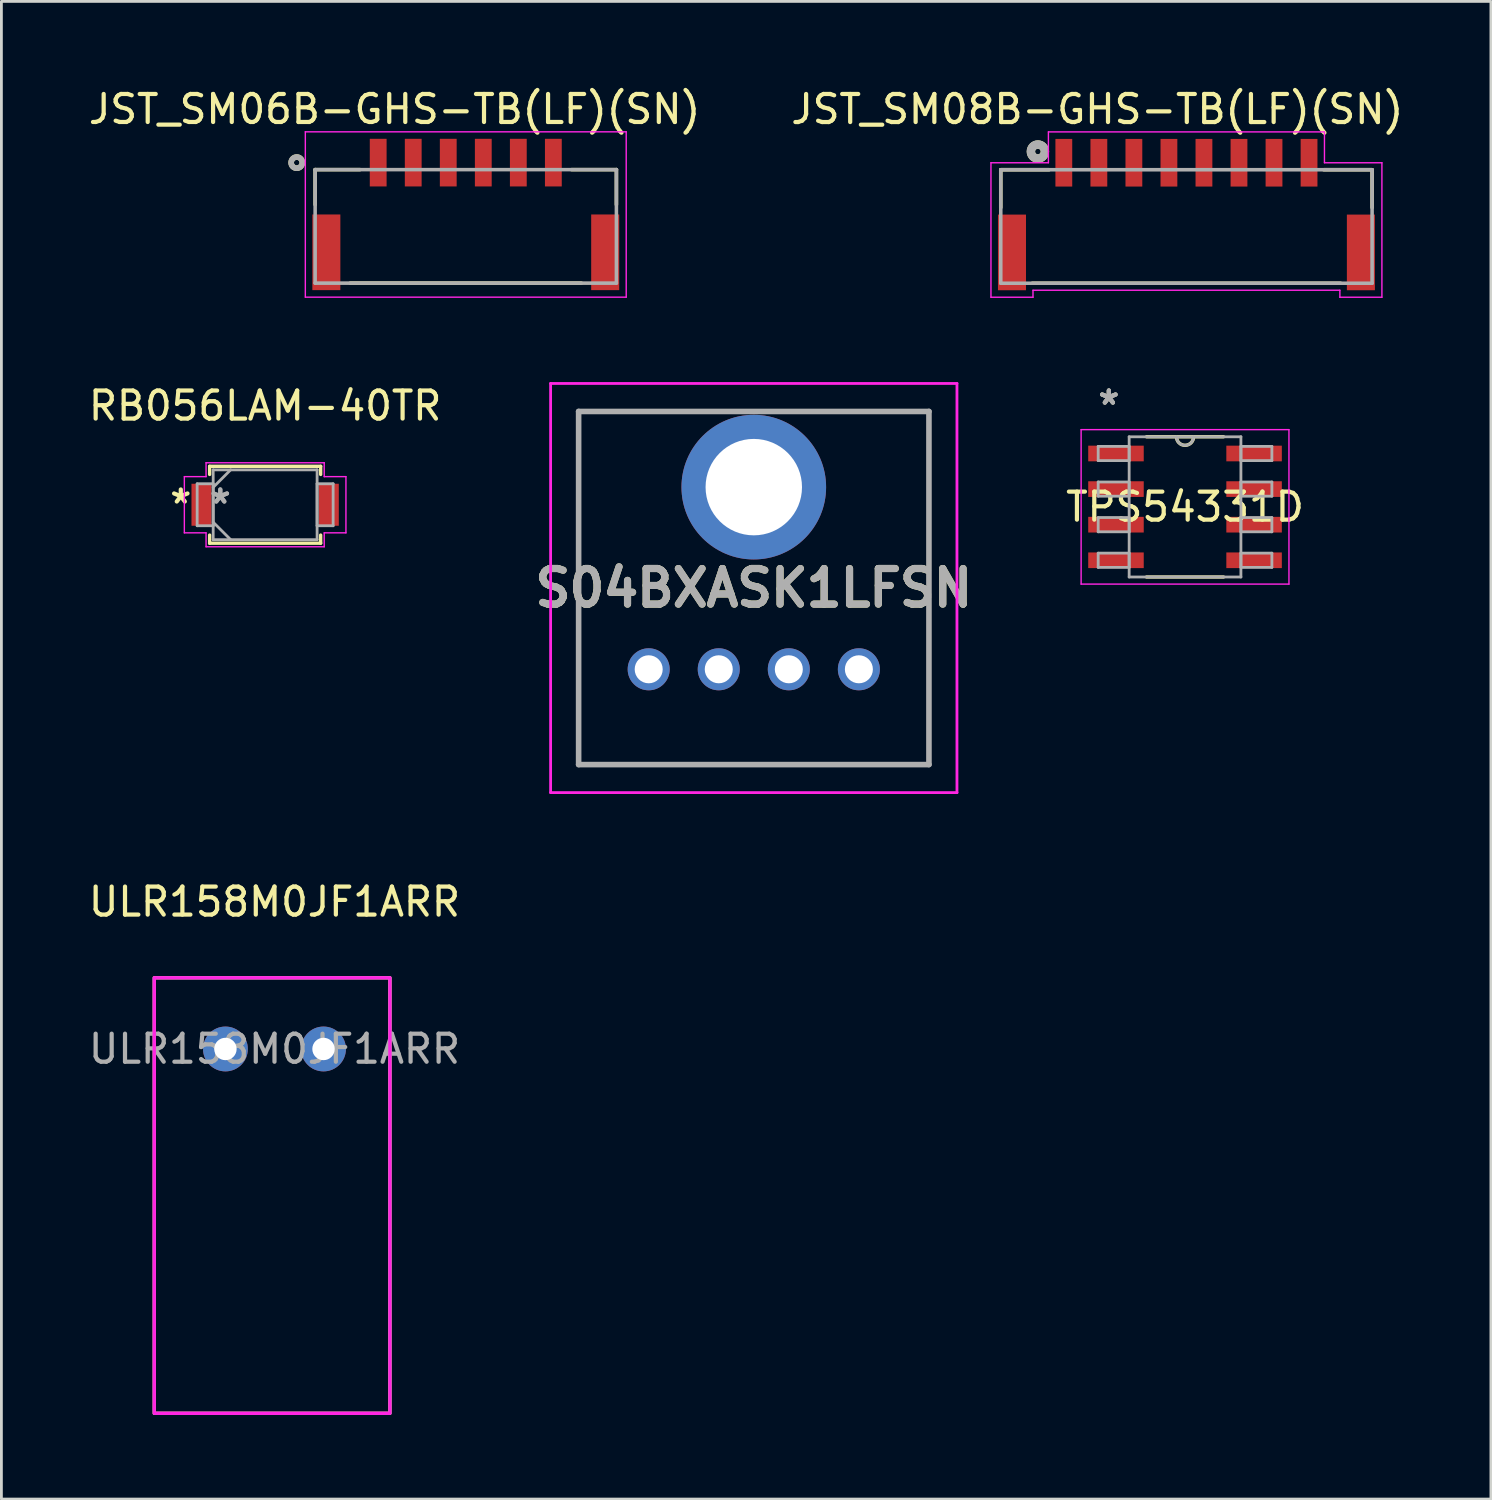
<source format=kicad_pcb>
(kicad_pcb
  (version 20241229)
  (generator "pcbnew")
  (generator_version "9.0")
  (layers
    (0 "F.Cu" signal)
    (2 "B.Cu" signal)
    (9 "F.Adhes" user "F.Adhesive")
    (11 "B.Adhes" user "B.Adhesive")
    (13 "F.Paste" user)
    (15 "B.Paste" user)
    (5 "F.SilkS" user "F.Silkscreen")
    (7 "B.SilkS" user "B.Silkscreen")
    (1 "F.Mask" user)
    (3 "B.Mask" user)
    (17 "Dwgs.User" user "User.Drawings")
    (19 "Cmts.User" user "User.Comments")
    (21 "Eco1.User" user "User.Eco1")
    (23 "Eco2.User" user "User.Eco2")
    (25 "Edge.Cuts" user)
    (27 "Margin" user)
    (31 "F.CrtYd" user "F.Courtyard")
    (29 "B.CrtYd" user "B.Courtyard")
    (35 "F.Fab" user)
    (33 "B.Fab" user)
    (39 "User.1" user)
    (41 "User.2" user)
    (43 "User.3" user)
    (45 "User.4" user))
  (footprint "JST_SM06B-GHS-TB(LF)(SN)"
    (layer "F.Cu")
    (at 13.57 4.628)
    (property "Reference" "JST_SM06B-GHS-TB(LF)(SN)" (at -2.54 -3.78 0) (layer "F.SilkS") (effects (font (size 1 1) (thickness 0.15))))
    (attr through_hole)
    (fp_line (start -5.375 -1.625) (end -5.375 -0.375) (stroke (width 0.127) (type solid)) (layer "F.SilkS"))
    (fp_line (start -5.375 -1.625) (end -3.775 -1.625) (stroke (width 0.127) (type solid)) (layer "F.SilkS"))
    (fp_line (start -4.125 2.425) (end 4.125 2.425) (stroke (width 0.127) (type solid)) (layer "F.SilkS"))
    (fp_line (start 5.375 -1.625) (end 3.775 -1.625) (stroke (width 0.127) (type solid)) (layer "F.SilkS"))
    (fp_line (start 5.375 -1.625) (end 5.375 -0.375) (stroke (width 0.127) (type solid)) (layer "F.SilkS"))
    (fp_circle (center -6.032 -1.875) (end -5.933 -1.875) (stroke (width 0.2) (type solid)) (fill no) (layer "F.SilkS"))
    (fp_line (start -5.725 -2.975) (end -5.725 2.925) (stroke (width 0.05) (type solid)) (layer "F.CrtYd"))
    (fp_line (start -5.725 2.925) (end 5.725 2.925) (stroke (width 0.05) (type solid)) (layer "F.CrtYd"))
    (fp_line (start 5.725 -2.975) (end -5.725 -2.975) (stroke (width 0.05) (type solid)) (layer "F.CrtYd"))
    (fp_line (start 5.725 2.925) (end 5.725 -2.975) (stroke (width 0.05) (type solid)) (layer "F.CrtYd"))
    (fp_line (start -5.375 -1.625) (end -5.375 2.425) (stroke (width 0.127) (type solid)) (layer "F.Fab"))
    (fp_line (start -5.375 2.425) (end 5.375 2.425) (stroke (width 0.127) (type solid)) (layer "F.Fab"))
    (fp_line (start 5.375 -1.625) (end -5.375 -1.625) (stroke (width 0.127) (type solid)) (layer "F.Fab"))
    (fp_line (start 5.375 2.425) (end 5.375 -1.625) (stroke (width 0.127) (type solid)) (layer "F.Fab"))
    (fp_circle (center -6.032 -1.875) (end -5.933 -1.875) (stroke (width 0.2) (type solid)) (fill no) (layer "F.Fab"))
    (pad "1" smd rect (at -3.125 -1.875 180) (size 0.6 1.7) (layers "F.Cu" "F.Mask" "F.Paste"))
    (pad "2" smd rect (at -1.875 -1.875 180) (size 0.6 1.7) (layers "F.Cu" "F.Mask" "F.Paste"))
    (pad "3" smd rect (at -0.625 -1.875 180) (size 0.6 1.7) (layers "F.Cu" "F.Mask" "F.Paste"))
    (pad "4" smd rect (at 0.625 -1.875 180) (size 0.6 1.7) (layers "F.Cu" "F.Mask" "F.Paste"))
    (pad "5" smd rect (at 1.875 -1.875 180) (size 0.6 1.7) (layers "F.Cu" "F.Mask" "F.Paste"))
    (pad "6" smd rect (at 3.125 -1.875 180) (size 0.6 1.7) (layers "F.Cu" "F.Mask" "F.Paste"))
    (pad "S1" smd rect (at -4.975 1.325 180) (size 1 2.7) (layers "F.Cu" "F.Mask" "F.Paste"))
    (pad "S2" smd rect (at 4.975 1.325 180) (size 1 2.7) (layers "F.Cu" "F.Mask" "F.Paste")))
  (footprint "ULR158M0JF1ARR"
    (layer "F.Cu")
    (at 4.994 34.38)
    (property "Reference" "ULR158M0JF1ARR" (at 1.75 -5.25 0) (layer "F.SilkS") (effects (font (size 1 1) (thickness 0.15))))
    (attr through_hole)
    (fp_rect (start -2.54 -2.54) (end 5.87 13) (stroke (width 0.12) (type solid)) (fill no) (layer "F.SilkS"))
    (fp_rect (start -2.54 -2.54) (end 5.87 13) (stroke (width 0.12) (type solid)) (fill no) (layer "F.CrtYd"))
    (fp_text user "${REFERENCE}" (at 1.75 0 0) (layer "F.Fab") (effects (font (size 1 1) (thickness 0.15))))
    (pad "1" thru_hole circle (at 0 0) (size 1.6 1.6) (drill 0.8) (layers "*.Cu" "*.Mask"))
    (pad "2" thru_hole circle (at 3.5 0) (size 1.6 1.6) (drill 0.8) (layers "*.Cu" "*.Mask")))
  (footprint "TPS54331D"
    (layer "F.Cu")
    (at 39.235 15.037)
    (property "Reference" "TPS54331D" (at 0 0 0) (layer "F.SilkS") (effects (font (size 1 1) (thickness 0.15))))
    (attr through_hole)
    (fp_line (start -1.374 2.502) (end 1.374 2.502) (stroke (width 0.12) (type solid)) (layer "F.SilkS"))
    (fp_line (start 1.374 -2.502) (end -1.374 -2.502) (stroke (width 0.12) (type solid)) (layer "F.SilkS"))
    (fp_arc (start 0.3048 -2.5019) (mid 0 -2.1971) (end -0.3048 -2.5019) (stroke (width 0.12) (type solid)) (layer "F.SilkS"))
    (fp_line (start -3.708 -2.756) (end 3.708 -2.756) (stroke (width 0.05) (type solid)) (layer "F.CrtYd"))
    (fp_line (start -3.708 2.756) (end -3.708 -2.756) (stroke (width 0.05) (type solid)) (layer "F.CrtYd"))
    (fp_line (start 3.708 -2.756) (end 3.708 2.756) (stroke (width 0.05) (type solid)) (layer "F.CrtYd"))
    (fp_line (start 3.708 2.756) (end -3.708 2.756) (stroke (width 0.05) (type solid)) (layer "F.CrtYd"))
    (fp_line (start -3.099 -2.159) (end -3.099 -1.651) (stroke (width 0.1) (type solid)) (layer "F.Fab"))
    (fp_line (start -3.099 -1.651) (end -1.994 -1.651) (stroke (width 0.1) (type solid)) (layer "F.Fab"))
    (fp_line (start -3.099 -0.889) (end -3.099 -0.381) (stroke (width 0.1) (type solid)) (layer "F.Fab"))
    (fp_line (start -3.099 -0.381) (end -1.994 -0.381) (stroke (width 0.1) (type solid)) (layer "F.Fab"))
    (fp_line (start -3.099 0.381) (end -3.099 0.889) (stroke (width 0.1) (type solid)) (layer "F.Fab"))
    (fp_line (start -3.099 0.889) (end -1.994 0.889) (stroke (width 0.1) (type solid)) (layer "F.Fab"))
    (fp_line (start -3.099 1.651) (end -3.099 2.159) (stroke (width 0.1) (type solid)) (layer "F.Fab"))
    (fp_line (start -3.099 2.159) (end -1.994 2.159) (stroke (width 0.1) (type solid)) (layer "F.Fab"))
    (fp_line (start -1.994 -2.502) (end -1.994 2.502) (stroke (width 0.1) (type solid)) (layer "F.Fab"))
    (fp_line (start -1.994 -2.159) (end -3.099 -2.159) (stroke (width 0.1) (type solid)) (layer "F.Fab"))
    (fp_line (start -1.994 -1.651) (end -1.994 -2.159) (stroke (width 0.1) (type solid)) (layer "F.Fab"))
    (fp_line (start -1.994 -0.889) (end -3.099 -0.889) (stroke (width 0.1) (type solid)) (layer "F.Fab"))
    (fp_line (start -1.994 -0.381) (end -1.994 -0.889) (stroke (width 0.1) (type solid)) (layer "F.Fab"))
    (fp_line (start -1.994 0.381) (end -3.099 0.381) (stroke (width 0.1) (type solid)) (layer "F.Fab"))
    (fp_line (start -1.994 0.889) (end -1.994 0.381) (stroke (width 0.1) (type solid)) (layer "F.Fab"))
    (fp_line (start -1.994 1.651) (end -3.099 1.651) (stroke (width 0.1) (type solid)) (layer "F.Fab"))
    (fp_line (start -1.994 2.159) (end -1.994 1.651) (stroke (width 0.1) (type solid)) (layer "F.Fab"))
    (fp_line (start -1.994 2.502) (end 1.994 2.502) (stroke (width 0.1) (type solid)) (layer "F.Fab"))
    (fp_line (start 1.994 -2.502) (end -1.994 -2.502) (stroke (width 0.1) (type solid)) (layer "F.Fab"))
    (fp_line (start 1.994 -2.159) (end 1.994 -1.651) (stroke (width 0.1) (type solid)) (layer "F.Fab"))
    (fp_line (start 1.994 -1.651) (end 3.099 -1.651) (stroke (width 0.1) (type solid)) (layer "F.Fab"))
    (fp_line (start 1.994 -0.889) (end 1.994 -0.381) (stroke (width 0.1) (type solid)) (layer "F.Fab"))
    (fp_line (start 1.994 -0.381) (end 3.099 -0.381) (stroke (width 0.1) (type solid)) (layer "F.Fab"))
    (fp_line (start 1.994 0.381) (end 1.994 0.889) (stroke (width 0.1) (type solid)) (layer "F.Fab"))
    (fp_line (start 1.994 0.889) (end 3.099 0.889) (stroke (width 0.1) (type solid)) (layer "F.Fab"))
    (fp_line (start 1.994 1.651) (end 1.994 2.159) (stroke (width 0.1) (type solid)) (layer "F.Fab"))
    (fp_line (start 1.994 2.159) (end 3.099 2.159) (stroke (width 0.1) (type solid)) (layer "F.Fab"))
    (fp_line (start 1.994 2.502) (end 1.994 -2.502) (stroke (width 0.1) (type solid)) (layer "F.Fab"))
    (fp_line (start 3.099 -2.159) (end 1.994 -2.159) (stroke (width 0.1) (type solid)) (layer "F.Fab"))
    (fp_line (start 3.099 -1.651) (end 3.099 -2.159) (stroke (width 0.1) (type solid)) (layer "F.Fab"))
    (fp_line (start 3.099 -0.889) (end 1.994 -0.889) (stroke (width 0.1) (type solid)) (layer "F.Fab"))
    (fp_line (start 3.099 -0.381) (end 3.099 -0.889) (stroke (width 0.1) (type solid)) (layer "F.Fab"))
    (fp_line (start 3.099 0.381) (end 1.994 0.381) (stroke (width 0.1) (type solid)) (layer "F.Fab"))
    (fp_line (start 3.099 0.889) (end 3.099 0.381) (stroke (width 0.1) (type solid)) (layer "F.Fab"))
    (fp_line (start 3.099 1.651) (end 1.994 1.651) (stroke (width 0.1) (type solid)) (layer "F.Fab"))
    (fp_line (start 3.099 2.159) (end 3.099 1.651) (stroke (width 0.1) (type solid)) (layer "F.Fab"))
    (fp_arc (start 0.3048 -2.5019) (mid 0 -2.1971) (end -0.3048 -2.5019) (stroke (width 0.1) (type solid)) (layer "F.Fab"))
    (fp_text user "*" (at -2.718 -3.607 0) (layer "F.SilkS") (effects (font (size 1 1) (thickness 0.15))))
    (fp_text user "*" (at -2.718 -3.607 0) (layer "F.Fab") (effects (font (size 1 1) (thickness 0.15))))
    (fp_text user "*" (at -2.718 -3.607 0) (layer "F.Fab") (effects (font (size 1 1) (thickness 0.15))))
    (pad "1" smd rect (at -2.464 -1.905) (size 1.981 0.559) (layers "F.Cu" "F.Mask" "F.Paste"))
    (pad "2" smd rect (at -2.464 -0.635) (size 1.981 0.559) (layers "F.Cu" "F.Mask" "F.Paste"))
    (pad "3" smd rect (at -2.464 0.635) (size 1.981 0.559) (layers "F.Cu" "F.Mask" "F.Paste"))
    (pad "4" smd rect (at -2.464 1.905) (size 1.981 0.559) (layers "F.Cu" "F.Mask" "F.Paste"))
    (pad "5" smd rect (at 2.464 1.905) (size 1.981 0.559) (layers "F.Cu" "F.Mask" "F.Paste"))
    (pad "6" smd rect (at 2.464 0.635) (size 1.981 0.559) (layers "F.Cu" "F.Mask" "F.Paste"))
    (pad "7" smd rect (at 2.464 -0.635) (size 1.981 0.559) (layers "F.Cu" "F.Mask" "F.Paste"))
    (pad "8" smd rect (at 2.464 -1.905) (size 1.981 0.559) (layers "F.Cu" "F.Mask" "F.Paste")))
  (footprint "RB056LAM-40TR"
    (layer "F.Cu")
    (at 6.411 14.961)
    (property "Reference" "RB056LAM-40TR" (at 0 -3.531 0) (layer "F.SilkS") (effects (font (size 1 1) (thickness 0.15))))
    (attr through_hole)
    (fp_line (start -1.981 -1.372) (end -1.981 -1.082) (stroke (width 0.12) (type solid)) (layer "F.SilkS"))
    (fp_line (start -1.981 1.082) (end -1.981 1.372) (stroke (width 0.12) (type solid)) (layer "F.SilkS"))
    (fp_line (start -1.981 1.372) (end 1.981 1.372) (stroke (width 0.12) (type solid)) (layer "F.SilkS"))
    (fp_line (start 1.981 -1.372) (end -1.981 -1.372) (stroke (width 0.12) (type solid)) (layer "F.SilkS"))
    (fp_line (start 1.981 -1.082) (end 1.981 -1.372) (stroke (width 0.12) (type solid)) (layer "F.SilkS"))
    (fp_line (start 1.981 1.372) (end 1.981 1.082) (stroke (width 0.12) (type solid)) (layer "F.SilkS"))
    (fp_line (start -2.883 -1.003) (end -2.108 -1.003) (stroke (width 0.05) (type solid)) (layer "F.CrtYd"))
    (fp_line (start -2.883 1.003) (end -2.883 -1.003) (stroke (width 0.05) (type solid)) (layer "F.CrtYd"))
    (fp_line (start -2.108 -1.499) (end 2.108 -1.499) (stroke (width 0.05) (type solid)) (layer "F.CrtYd"))
    (fp_line (start -2.108 -1.003) (end -2.108 -1.499) (stroke (width 0.05) (type solid)) (layer "F.CrtYd"))
    (fp_line (start -2.108 1.003) (end -2.883 1.003) (stroke (width 0.05) (type solid)) (layer "F.CrtYd"))
    (fp_line (start -2.108 1.499) (end -2.108 1.003) (stroke (width 0.05) (type solid)) (layer "F.CrtYd"))
    (fp_line (start 2.108 -1.499) (end 2.108 -1.003) (stroke (width 0.05) (type solid)) (layer "F.CrtYd"))
    (fp_line (start 2.108 -1.003) (end 2.883 -1.003) (stroke (width 0.05) (type solid)) (layer "F.CrtYd"))
    (fp_line (start 2.108 1.003) (end 2.108 1.499) (stroke (width 0.05) (type solid)) (layer "F.CrtYd"))
    (fp_line (start 2.108 1.499) (end -2.108 1.499) (stroke (width 0.05) (type solid)) (layer "F.CrtYd"))
    (fp_line (start 2.883 -1.003) (end 2.883 1.003) (stroke (width 0.05) (type solid)) (layer "F.CrtYd"))
    (fp_line (start 2.883 1.003) (end 2.108 1.003) (stroke (width 0.05) (type solid)) (layer "F.CrtYd"))
    (fp_line (start -2.426 -0.749) (end -2.426 0.749) (stroke (width 0.1) (type solid)) (layer "F.Fab"))
    (fp_line (start -2.426 0.749) (end -1.854 0.749) (stroke (width 0.1) (type solid)) (layer "F.Fab"))
    (fp_line (start -1.854 -1.245) (end -1.854 1.245) (stroke (width 0.1) (type solid)) (layer "F.Fab"))
    (fp_line (start -1.854 -0.749) (end -2.426 -0.749) (stroke (width 0.1) (type solid)) (layer "F.Fab"))
    (fp_line (start -1.854 -0.622) (end -1.232 -1.245) (stroke (width 0.1) (type solid)) (layer "F.Fab"))
    (fp_line (start -1.854 0.622) (end -1.232 1.245) (stroke (width 0.1) (type solid)) (layer "F.Fab"))
    (fp_line (start -1.854 0.749) (end -1.854 -0.749) (stroke (width 0.1) (type solid)) (layer "F.Fab"))
    (fp_line (start -1.854 1.245) (end 1.854 1.245) (stroke (width 0.1) (type solid)) (layer "F.Fab"))
    (fp_line (start 1.854 -1.245) (end -1.854 -1.245) (stroke (width 0.1) (type solid)) (layer "F.Fab"))
    (fp_line (start 1.854 -0.749) (end 1.854 0.749) (stroke (width 0.1) (type solid)) (layer "F.Fab"))
    (fp_line (start 1.854 0.749) (end 2.426 0.749) (stroke (width 0.1) (type solid)) (layer "F.Fab"))
    (fp_line (start 1.854 1.245) (end 1.854 -1.245) (stroke (width 0.1) (type solid)) (layer "F.Fab"))
    (fp_line (start 2.426 -0.749) (end 1.854 -0.749) (stroke (width 0.1) (type solid)) (layer "F.Fab"))
    (fp_line (start 2.426 0.749) (end 2.426 -0.749) (stroke (width 0.1) (type solid)) (layer "F.Fab"))
    (fp_text user "*" (at -3.01 0 0) (layer "F.SilkS") (effects (font (size 1 1) (thickness 0.15))))
    (fp_text user "*" (at -1.6 0 0) (layer "F.Fab") (effects (font (size 1 1) (thickness 0.15))))
    (fp_text user "*" (at -1.6 0 0) (layer "F.Fab") (effects (font (size 1 1) (thickness 0.15))))
    (pad "1" smd rect (at -2.273 0) (size 0.711 1.499) (layers "F.Cu" "F.Mask" "F.Paste"))
    (pad "2" smd rect (at 2.273 0) (size 0.711 1.499) (layers "F.Cu" "F.Mask" "F.Paste")))
  (footprint "JST_SM08B-GHS-TB(LF)(SN)"
    (layer "F.Cu")
    (at 39.285 2.757)
    (property "Reference" "JST_SM08B-GHS-TB(LF)(SN)" (at -3.18 -1.908 0) (layer "F.SilkS") (effects (font (size 1.001 1.001) (thickness 0.15))))
    (attr through_hole)
    (fp_line (start -6.625 0.25) (end -6.625 1.6) (stroke (width 0.127) (type solid)) (layer "F.SilkS"))
    (fp_line (start -5.5 4.3) (end 5.5 4.3) (stroke (width 0.127) (type solid)) (layer "F.SilkS"))
    (fp_line (start -4.9 0.25) (end -6.625 0.25) (stroke (width 0.127) (type solid)) (layer "F.SilkS"))
    (fp_line (start 6.625 0.25) (end 4.9 0.25) (stroke (width 0.127) (type solid)) (layer "F.SilkS"))
    (fp_line (start 6.625 0.25) (end 6.625 1.6) (stroke (width 0.127) (type solid)) (layer "F.SilkS"))
    (fp_circle (center -5.3 -0.4) (end -5.2 -0.4) (stroke (width 0.3) (type solid)) (fill no) (layer "F.SilkS"))
    (fp_line (start -6.975 0) (end -4.925 0) (stroke (width 0.05) (type solid)) (layer "F.CrtYd"))
    (fp_line (start -6.975 4.8) (end -6.975 0) (stroke (width 0.05) (type solid)) (layer "F.CrtYd"))
    (fp_line (start -5.475 4.55) (end -5.475 4.8) (stroke (width 0.05) (type solid)) (layer "F.CrtYd"))
    (fp_line (start -5.475 4.8) (end -6.975 4.8) (stroke (width 0.05) (type solid)) (layer "F.CrtYd"))
    (fp_line (start -4.925 -1.1) (end 4.925 -1.1) (stroke (width 0.05) (type solid)) (layer "F.CrtYd"))
    (fp_line (start -4.925 0) (end -4.925 -1.1) (stroke (width 0.05) (type solid)) (layer "F.CrtYd"))
    (fp_line (start 4.925 -1.1) (end 4.925 0) (stroke (width 0.05) (type solid)) (layer "F.CrtYd"))
    (fp_line (start 4.925 0) (end 6.975 0) (stroke (width 0.05) (type solid)) (layer "F.CrtYd"))
    (fp_line (start 5.475 4.55) (end -5.475 4.55) (stroke (width 0.05) (type solid)) (layer "F.CrtYd"))
    (fp_line (start 5.475 4.8) (end 5.475 4.55) (stroke (width 0.05) (type solid)) (layer "F.CrtYd"))
    (fp_line (start 6.975 0) (end 6.975 4.8) (stroke (width 0.05) (type solid)) (layer "F.CrtYd"))
    (fp_line (start 6.975 4.8) (end 5.475 4.8) (stroke (width 0.05) (type solid)) (layer "F.CrtYd"))
    (fp_line (start -6.625 0.25) (end 6.625 0.25) (stroke (width 0.127) (type solid)) (layer "F.Fab"))
    (fp_line (start -6.625 4.3) (end -6.625 0.25) (stroke (width 0.127) (type solid)) (layer "F.Fab"))
    (fp_line (start 6.625 0.25) (end 6.625 4.3) (stroke (width 0.127) (type solid)) (layer "F.Fab"))
    (fp_line (start 6.625 4.3) (end -6.625 4.3) (stroke (width 0.127) (type solid)) (layer "F.Fab"))
    (fp_circle (center -5.3 -0.4) (end -5.2 -0.4) (stroke (width 0.3) (type solid)) (fill no) (layer "F.Fab"))
    (pad "1" smd rect (at -4.375 0 90) (size 1.7 0.6) (layers "F.Cu" "F.Mask" "F.Paste"))
    (pad "2" smd rect (at -3.125 0 90) (size 1.7 0.6) (layers "F.Cu" "F.Mask" "F.Paste"))
    (pad "3" smd rect (at -1.875 0 90) (size 1.7 0.6) (layers "F.Cu" "F.Mask" "F.Paste"))
    (pad "4" smd rect (at -0.625 0 90) (size 1.7 0.6) (layers "F.Cu" "F.Mask" "F.Paste"))
    (pad "5" smd rect (at 0.625 0 90) (size 1.7 0.6) (layers "F.Cu" "F.Mask" "F.Paste"))
    (pad "6" smd rect (at 1.875 0 90) (size 1.7 0.6) (layers "F.Cu" "F.Mask" "F.Paste"))
    (pad "7" smd rect (at 3.125 0 90) (size 1.7 0.6) (layers "F.Cu" "F.Mask" "F.Paste"))
    (pad "8" smd rect (at 4.375 0 90) (size 1.7 0.6) (layers "F.Cu" "F.Mask" "F.Paste"))
    (pad "SH1" smd rect (at -6.225 3.2) (size 1 2.7) (layers "F.Cu" "F.Mask" "F.Paste"))
    (pad "SH2" smd rect (at 6.225 3.2) (size 1 2.7) (layers "F.Cu" "F.Mask" "F.Paste")))
  (footprint "S04BXASK1LFSN"
    (layer "F.Cu")
    (at 23.847 17.932)
    (property "Reference" "S04BXASK1LFSN" (at 0 0 0) (layer "F.SilkS") (effects (font (size 1.27 1.27) (thickness 0.254))))
    (attr through_hole)
    (fp_line (start -6.25 -6.3) (end 6.25 -6.3) (stroke (width 0.1) (type solid)) (layer "F.SilkS"))
    (fp_line (start -6.25 6.3) (end -6.25 -6.3) (stroke (width 0.1) (type solid)) (layer "F.SilkS"))
    (fp_line (start 6.25 -6.3) (end 6.25 6.3) (stroke (width 0.1) (type solid)) (layer "F.SilkS"))
    (fp_line (start 6.25 6.3) (end -6.25 6.3) (stroke (width 0.1) (type solid)) (layer "F.SilkS"))
    (fp_line (start -7.25 -7.3) (end 7.25 -7.3) (stroke (width 0.1) (type solid)) (layer "F.CrtYd"))
    (fp_line (start -7.25 7.3) (end -7.25 -7.3) (stroke (width 0.1) (type solid)) (layer "F.CrtYd"))
    (fp_line (start 7.25 -7.3) (end 7.25 7.3) (stroke (width 0.1) (type solid)) (layer "F.CrtYd"))
    (fp_line (start 7.25 7.3) (end -7.25 7.3) (stroke (width 0.1) (type solid)) (layer "F.CrtYd"))
    (fp_line (start -6.25 -6.3) (end 6.25 -6.3) (stroke (width 0.2) (type solid)) (layer "F.Fab"))
    (fp_line (start -6.25 6.3) (end -6.25 -6.3) (stroke (width 0.2) (type solid)) (layer "F.Fab"))
    (fp_line (start 6.25 -6.3) (end 6.25 6.3) (stroke (width 0.2) (type solid)) (layer "F.Fab"))
    (fp_line (start 6.25 6.3) (end -6.25 6.3) (stroke (width 0.2) (type solid)) (layer "F.Fab"))
    (fp_text user "${REFERENCE}" (at 0 0 0) (layer "F.Fab") (effects (font (size 1.27 1.27) (thickness 0.254))))
    (pad "1" thru_hole circle (at -3.75 2.9) (size 1.5 1.5) (drill 1) (layers "*.Cu" "*.Mask"))
    (pad "2" thru_hole circle (at -1.25 2.9) (size 1.5 1.5) (drill 1) (layers "*.Cu" "*.Mask"))
    (pad "3" thru_hole circle (at 1.25 2.9) (size 1.5 1.5) (drill 1) (layers "*.Cu" "*.Mask"))
    (pad "4" thru_hole circle (at 3.75 2.9) (size 1.5 1.5) (drill 1) (layers "*.Cu" "*.Mask"))
    (pad "5" thru_hole circle (at 0 -3.6) (size 5.161 5.161) (drill 3.441) (layers "*.Cu" "*.Mask")))
  (gr_rect
    (start -3 -3)
    (end 50.15 50.44)
    (stroke (width 0.1) (type default))
    (fill no)
    (layer "Edge.Cuts")))
</source>
